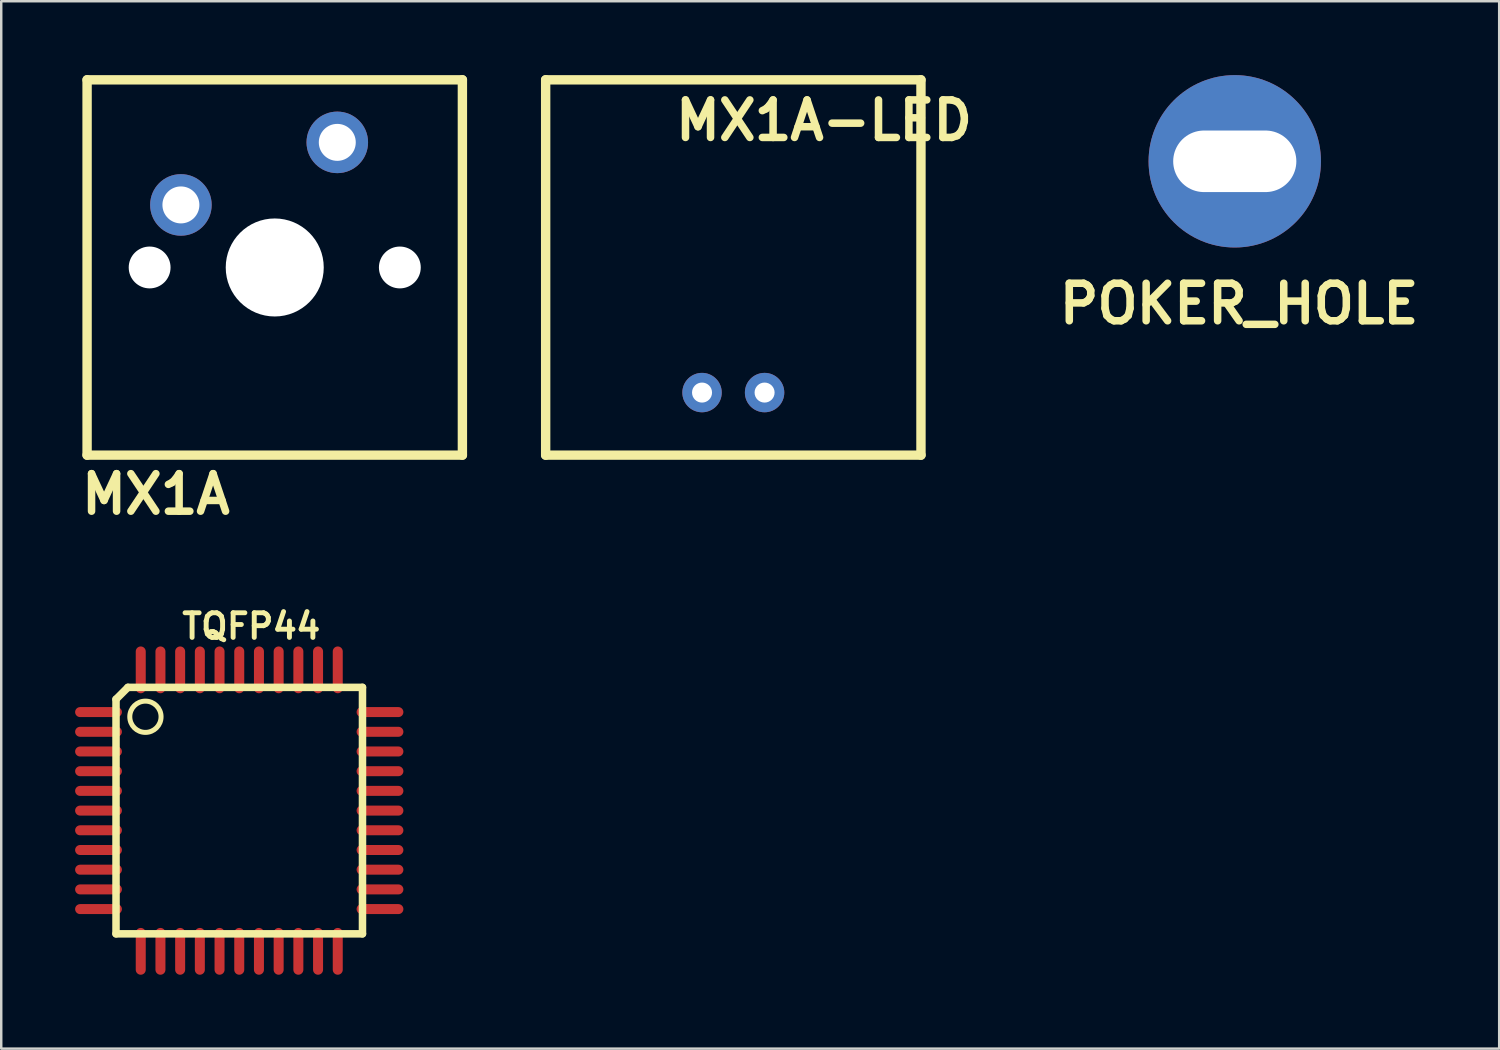
<source format=kicad_pcb>
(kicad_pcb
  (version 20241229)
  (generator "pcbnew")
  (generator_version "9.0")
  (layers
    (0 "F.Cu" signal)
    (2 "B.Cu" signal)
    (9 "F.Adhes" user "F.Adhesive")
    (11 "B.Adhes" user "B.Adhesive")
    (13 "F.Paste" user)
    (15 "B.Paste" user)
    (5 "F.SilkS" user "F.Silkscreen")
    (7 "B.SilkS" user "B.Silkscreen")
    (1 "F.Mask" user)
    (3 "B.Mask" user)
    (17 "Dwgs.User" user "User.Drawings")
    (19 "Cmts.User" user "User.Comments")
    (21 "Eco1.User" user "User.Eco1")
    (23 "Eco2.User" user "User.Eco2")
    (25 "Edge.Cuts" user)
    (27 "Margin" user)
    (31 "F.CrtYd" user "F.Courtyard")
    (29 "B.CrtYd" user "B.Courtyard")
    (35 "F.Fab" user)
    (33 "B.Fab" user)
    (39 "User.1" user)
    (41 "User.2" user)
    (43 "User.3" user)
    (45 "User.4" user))
  (footprint "MX1A-LED"
    (layer "F.Cu")
    (at 26.727 7.811)
    (property "Reference" "MX1A-LED" (at 3.683 -5.969 0) (layer "F.SilkS") (effects (font (size 1.524 1.524) (thickness 0.305))))
    (attr through_hole)
    (fp_line (start -7.62 -7.62) (end 7.62 -7.62) (stroke (width 0.381) (type solid)) (layer "F.SilkS"))
    (fp_line (start -7.62 7.62) (end -7.62 -7.62) (stroke (width 0.381) (type solid)) (layer "F.SilkS"))
    (fp_line (start 7.62 -7.62) (end 7.62 7.62) (stroke (width 0.381) (type solid)) (layer "F.SilkS"))
    (fp_line (start 7.62 7.62) (end -7.62 7.62) (stroke (width 0.381) (type solid)) (layer "F.SilkS"))
    (pad "1" thru_hole circle (at -1.27 5.08) (size 1.6 1.6) (drill 0.813) (layers "*.Cu" "*.Mask"))
    (pad "2" thru_hole circle (at 1.27 5.08) (size 1.6 1.6) (drill 0.813) (layers "*.Cu" "*.Mask")))
  (footprint "TQFP44"
    (layer "F.Cu")
    (at 6.665 29.865)
    (property "Reference" "TQFP44" (at 0.49 -7.485 0) (layer "F.SilkS") (effects (font (size 1 1) (thickness 0.2))))
    (attr smd)
    (fp_line (start -5.004 -4.521) (end -5.004 5.004) (stroke (width 0.305) (type solid)) (layer "F.SilkS"))
    (fp_line (start -5.004 -4.521) (end -4.521 -5.004) (stroke (width 0.305) (type solid)) (layer "F.SilkS"))
    (fp_line (start -4.521 -5.004) (end 5.004 -5.004) (stroke (width 0.305) (type solid)) (layer "F.SilkS"))
    (fp_line (start 5.004 -5.004) (end 5.004 5.004) (stroke (width 0.305) (type solid)) (layer "F.SilkS"))
    (fp_line (start 5.004 5.004) (end -5.004 5.004) (stroke (width 0.305) (type solid)) (layer "F.SilkS"))
    (fp_circle (center -3.81 -3.81) (end -3.81 -3.175) (stroke (width 0.203) (type solid)) (fill no) (layer "F.SilkS"))
    (pad "1" smd oval (at -5.715 -4) (size 1.9 0.406) (layers "F.Cu" "F.Mask" "F.Paste"))
    (pad "2" smd oval (at -5.715 -3.2) (size 1.9 0.406) (layers "F.Cu" "F.Mask" "F.Paste"))
    (pad "3" smd oval (at -5.715 -2.4) (size 1.9 0.406) (layers "F.Cu" "F.Mask" "F.Paste"))
    (pad "4" smd oval (at -5.715 -1.6) (size 1.9 0.406) (layers "F.Cu" "F.Mask" "F.Paste"))
    (pad "5" smd oval (at -5.715 -0.8) (size 1.9 0.406) (layers "F.Cu" "F.Mask" "F.Paste"))
    (pad "6" smd oval (at -5.715 0) (size 1.9 0.406) (layers "F.Cu" "F.Mask" "F.Paste"))
    (pad "7" smd oval (at -5.715 0.8) (size 1.9 0.406) (layers "F.Cu" "F.Mask" "F.Paste"))
    (pad "8" smd oval (at -5.715 1.6) (size 1.9 0.406) (layers "F.Cu" "F.Mask" "F.Paste"))
    (pad "9" smd oval (at -5.715 2.4) (size 1.9 0.406) (layers "F.Cu" "F.Mask" "F.Paste"))
    (pad "10" smd oval (at -5.715 3.2) (size 1.9 0.406) (layers "F.Cu" "F.Mask" "F.Paste"))
    (pad "11" smd oval (at -5.715 4) (size 1.9 0.406) (layers "F.Cu" "F.Mask" "F.Paste"))
    (pad "12" smd oval (at -4 5.715) (size 0.406 1.9) (layers "F.Cu" "F.Mask" "F.Paste"))
    (pad "13" smd oval (at -3.2 5.715) (size 0.406 1.9) (layers "F.Cu" "F.Mask" "F.Paste"))
    (pad "14" smd oval (at -2.4 5.715) (size 0.406 1.9) (layers "F.Cu" "F.Mask" "F.Paste"))
    (pad "15" smd oval (at -1.6 5.715) (size 0.406 1.9) (layers "F.Cu" "F.Mask" "F.Paste"))
    (pad "16" smd oval (at -0.8 5.715) (size 0.406 1.9) (layers "F.Cu" "F.Mask" "F.Paste"))
    (pad "17" smd oval (at 0 5.715) (size 0.406 1.9) (layers "F.Cu" "F.Mask" "F.Paste"))
    (pad "18" smd oval (at 0.8 5.715) (size 0.406 1.9) (layers "F.Cu" "F.Mask" "F.Paste"))
    (pad "19" smd oval (at 1.6 5.715) (size 0.406 1.9) (layers "F.Cu" "F.Mask" "F.Paste"))
    (pad "20" smd oval (at 2.4 5.715) (size 0.406 1.9) (layers "F.Cu" "F.Mask" "F.Paste"))
    (pad "21" smd oval (at 3.2 5.715) (size 0.406 1.9) (layers "F.Cu" "F.Mask" "F.Paste"))
    (pad "22" smd oval (at 4 5.715) (size 0.406 1.9) (layers "F.Cu" "F.Mask" "F.Paste"))
    (pad "23" smd oval (at 5.715 4) (size 1.9 0.406) (layers "F.Cu" "F.Mask" "F.Paste"))
    (pad "24" smd oval (at 5.715 3.2) (size 1.9 0.406) (layers "F.Cu" "F.Mask" "F.Paste"))
    (pad "25" smd oval (at 5.715 2.4) (size 1.9 0.406) (layers "F.Cu" "F.Mask" "F.Paste"))
    (pad "26" smd oval (at 5.715 1.6) (size 1.9 0.406) (layers "F.Cu" "F.Mask" "F.Paste"))
    (pad "27" smd oval (at 5.715 0.8) (size 1.9 0.406) (layers "F.Cu" "F.Mask" "F.Paste"))
    (pad "28" smd oval (at 5.715 0) (size 1.9 0.406) (layers "F.Cu" "F.Mask" "F.Paste"))
    (pad "29" smd oval (at 5.715 -0.8) (size 1.9 0.406) (layers "F.Cu" "F.Mask" "F.Paste"))
    (pad "30" smd oval (at 5.715 -1.6) (size 1.9 0.406) (layers "F.Cu" "F.Mask" "F.Paste"))
    (pad "31" smd oval (at 5.715 -2.4) (size 1.9 0.406) (layers "F.Cu" "F.Mask" "F.Paste"))
    (pad "32" smd oval (at 5.715 -3.2) (size 1.9 0.406) (layers "F.Cu" "F.Mask" "F.Paste"))
    (pad "33" smd oval (at 5.715 -4) (size 1.9 0.406) (layers "F.Cu" "F.Mask" "F.Paste"))
    (pad "34" smd oval (at 4 -5.715) (size 0.406 1.9) (layers "F.Cu" "F.Mask" "F.Paste"))
    (pad "35" smd oval (at 3.2 -5.715) (size 0.406 1.9) (layers "F.Cu" "F.Mask" "F.Paste"))
    (pad "36" smd oval (at 2.4 -5.715) (size 0.406 1.9) (layers "F.Cu" "F.Mask" "F.Paste"))
    (pad "37" smd oval (at 1.6 -5.715) (size 0.406 1.9) (layers "F.Cu" "F.Mask" "F.Paste"))
    (pad "38" smd oval (at 0.8 -5.715) (size 0.406 1.9) (layers "F.Cu" "F.Mask" "F.Paste"))
    (pad "39" smd oval (at 0 -5.715) (size 0.406 1.9) (layers "F.Cu" "F.Mask" "F.Paste"))
    (pad "40" smd oval (at -0.8 -5.715) (size 0.406 1.9) (layers "F.Cu" "F.Mask" "F.Paste"))
    (pad "41" smd oval (at -1.6 -5.715) (size 0.406 1.9) (layers "F.Cu" "F.Mask" "F.Paste"))
    (pad "42" smd oval (at -2.4 -5.715) (size 0.406 1.9) (layers "F.Cu" "F.Mask" "F.Paste"))
    (pad "43" smd oval (at -3.2 -5.715) (size 0.406 1.9) (layers "F.Cu" "F.Mask" "F.Paste"))
    (pad "44" smd oval (at -4 -5.715) (size 0.406 1.9) (layers "F.Cu" "F.Mask" "F.Paste")))
  (footprint "MX1A"
    (layer "F.Cu")
    (at 8.106 7.811)
    (property "Reference" "MX1A" (at -4.826 9.207 0) (layer "F.SilkS") (effects (font (size 1.524 1.524) (thickness 0.305))))
    (attr through_hole)
    (fp_line (start -7.62 -7.62) (end 7.62 -7.62) (stroke (width 0.381) (type solid)) (layer "F.SilkS"))
    (fp_line (start -7.62 7.62) (end -7.62 -7.62) (stroke (width 0.381) (type solid)) (layer "F.SilkS"))
    (fp_line (start 7.62 -7.62) (end 7.62 7.62) (stroke (width 0.381) (type solid)) (layer "F.SilkS"))
    (fp_line (start 7.62 7.62) (end -7.62 7.62) (stroke (width 0.381) (type solid)) (layer "F.SilkS"))
    (pad "" np_thru_hole circle (at -5.08 0) (size 1.699 1.699) (drill 1.699) (layers "*.Cu" "*.Mask"))
    (pad "" np_thru_hole circle (at 0 0) (size 3.98 3.98) (drill 3.98) (layers "*.Cu" "*.Mask"))
    (pad "" np_thru_hole circle (at 5.08 0) (size 1.699 1.699) (drill 1.699) (layers "*.Cu" "*.Mask"))
    (pad "1" thru_hole circle (at -3.81 -2.54) (size 2.499 2.499) (drill 1.501) (layers "*.Cu" "*.Mask"))
    (pad "2" thru_hole circle (at 2.54 -5.08) (size 2.499 2.499) (drill 1.501) (layers "*.Cu" "*.Mask")))
  (footprint "POKER_HOLE"
    (layer "F.Cu")
    (at 47.089 3.5)
    (property "Reference" "POKER_HOLE" (at 0.175 5.786 0) (layer "F.SilkS") (effects (font (size 1.524 1.524) (thickness 0.305))))
    (attr exclude_from_pos_files exclude_from_bom)
    (pad "1" thru_hole circle (at 0 0) (size 7 7) (drill oval 5.001 2.499) (layers "*.Cu" "*.Mask")))
  (gr_rect
    (start -3 -3)
    (end 57.826 39.53)
    (stroke (width 0.1) (type default))
    (fill no)
    (layer "Edge.Cuts")))
</source>
